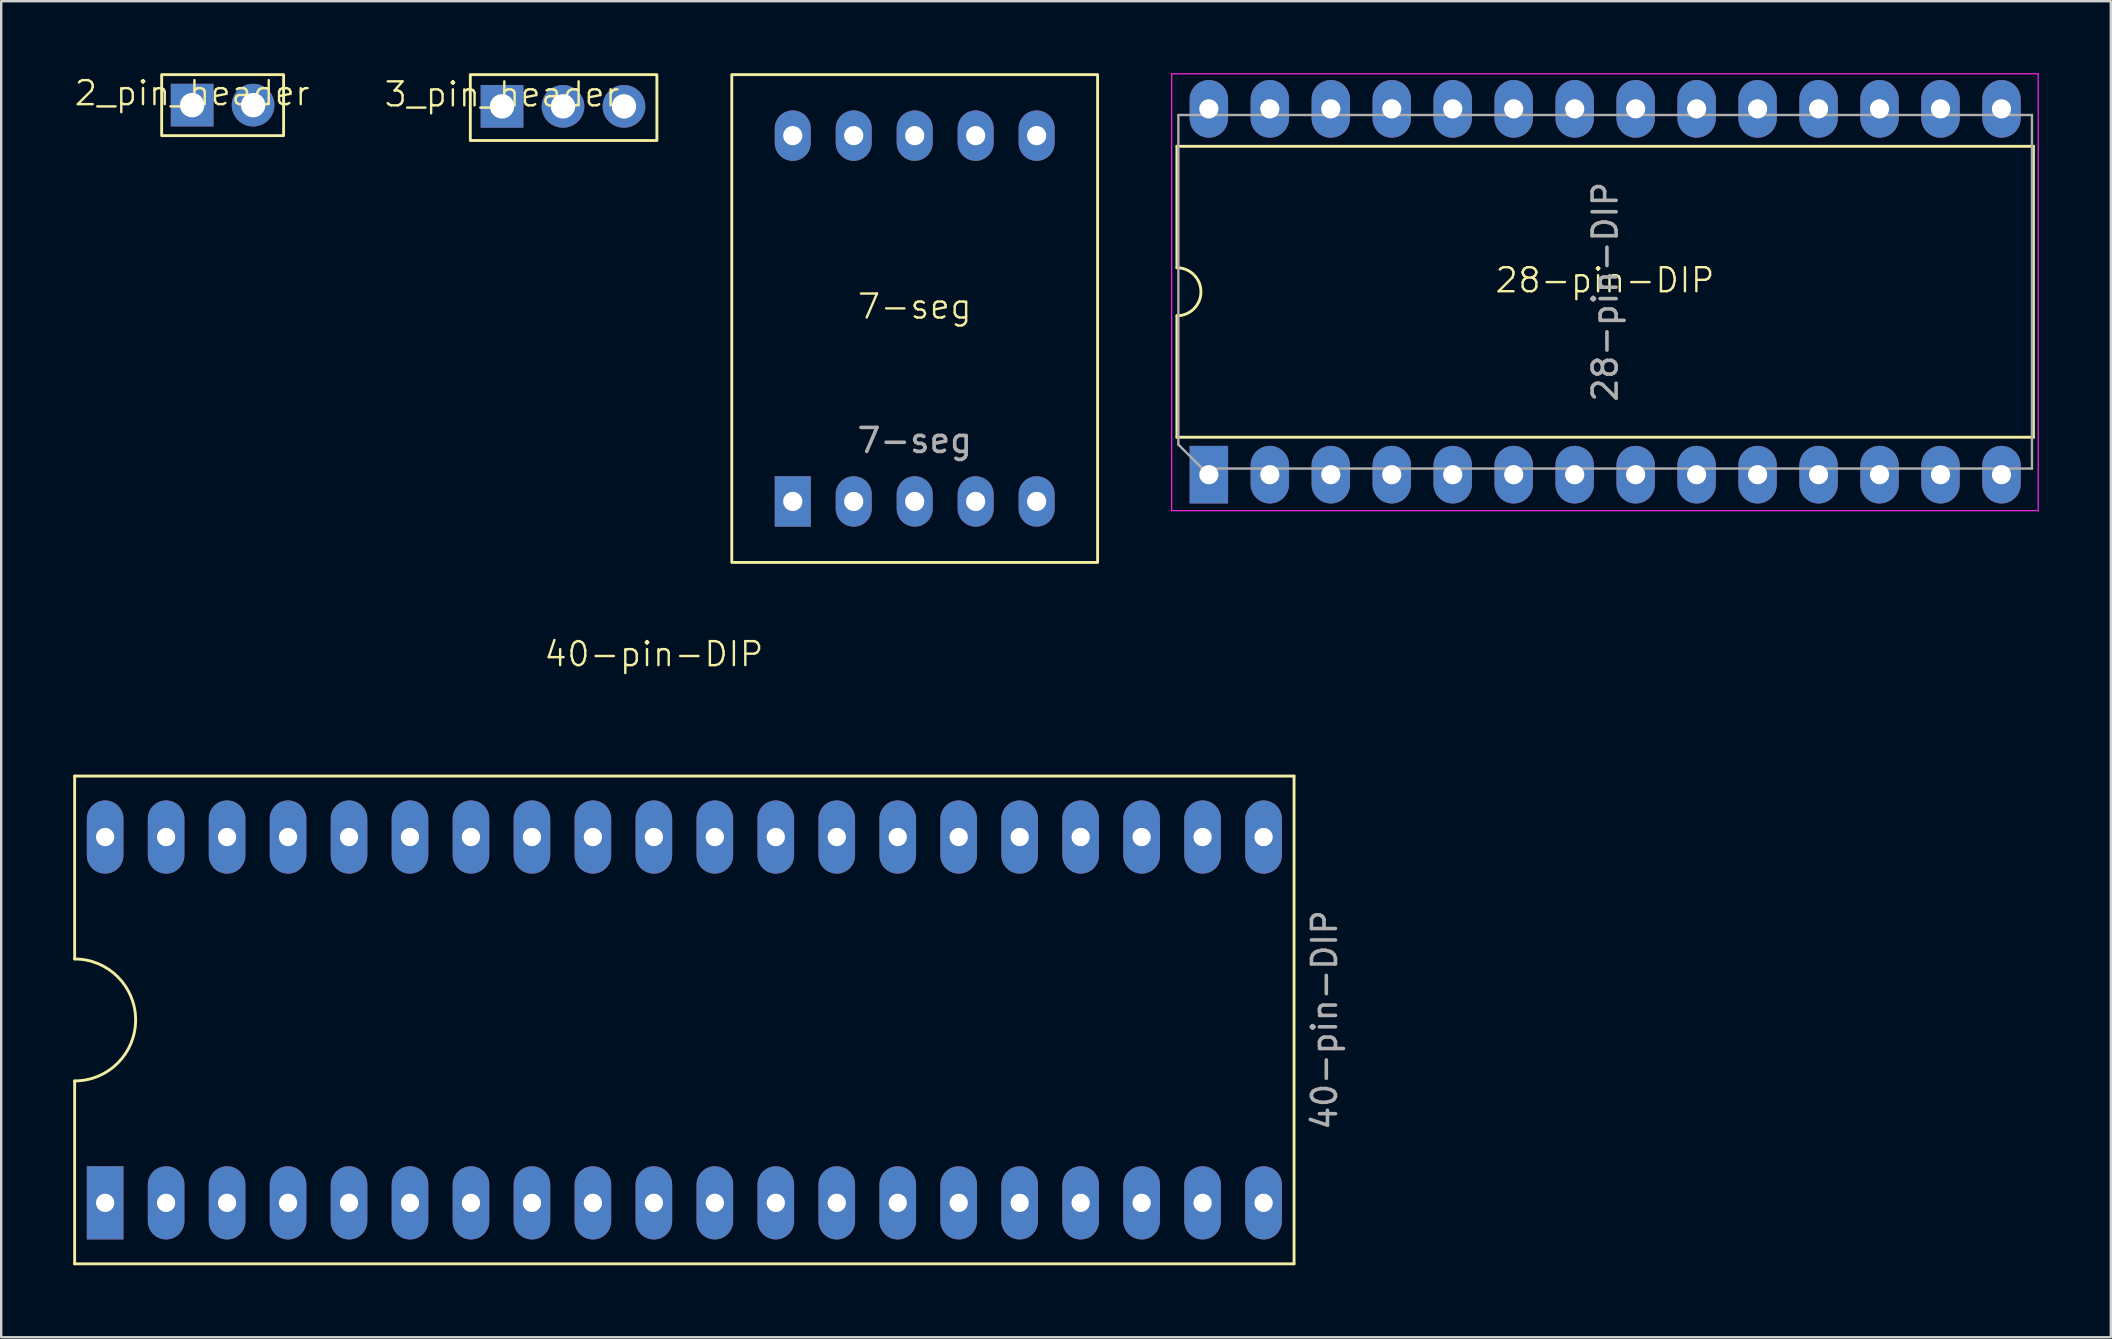
<source format=kicad_pcb>
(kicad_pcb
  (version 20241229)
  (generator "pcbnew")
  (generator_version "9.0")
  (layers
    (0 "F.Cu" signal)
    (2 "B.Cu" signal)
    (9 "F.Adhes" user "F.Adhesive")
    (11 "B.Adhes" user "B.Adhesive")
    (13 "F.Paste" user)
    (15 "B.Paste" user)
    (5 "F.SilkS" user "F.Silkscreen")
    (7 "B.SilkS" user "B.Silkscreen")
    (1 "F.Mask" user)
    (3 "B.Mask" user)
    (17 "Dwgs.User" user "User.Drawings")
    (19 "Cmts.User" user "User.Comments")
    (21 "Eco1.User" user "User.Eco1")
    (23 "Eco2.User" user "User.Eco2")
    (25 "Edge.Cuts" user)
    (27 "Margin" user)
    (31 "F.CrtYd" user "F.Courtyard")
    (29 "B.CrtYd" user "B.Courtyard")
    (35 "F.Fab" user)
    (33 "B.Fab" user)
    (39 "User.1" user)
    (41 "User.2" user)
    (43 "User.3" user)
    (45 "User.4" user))
  (footprint "7-seg"
    (layer "F.Cu")
    (at 35.056 10.22)
    (property "Reference" "7-seg" (at 0 -0.5 0) (unlocked yes) (layer "F.SilkS") (effects (font (size 1 1) (thickness 0.1))))
    (attr through_hole)
    (fp_rect (start -7.62 -10.16) (end 7.62 10.16) (stroke (width 0.12) (type solid)) (fill no) (layer "F.SilkS"))
    (fp_text user "${REFERENCE}" (at 0 5.08 0) (unlocked yes) (layer "F.Fab") (effects (font (size 1 1) (thickness 0.15))))
    (pad "1" thru_hole rect (at -5.08 7.62) (size 1.5 2.1) (drill 0.8) (layers "*.Cu" "*.Mask"))
    (pad "2" thru_hole oval (at -2.54 7.62) (size 1.5 2.1) (drill 0.8) (layers "*.Cu" "*.Mask"))
    (pad "3" thru_hole oval (at 0 7.62) (size 1.5 2.1) (drill 0.8) (layers "*.Cu" "*.Mask"))
    (pad "4" thru_hole oval (at 2.54 7.62) (size 1.5 2.1) (drill 0.8) (layers "*.Cu" "*.Mask"))
    (pad "5" thru_hole oval (at 5.08 7.62) (size 1.5 2.1) (drill 0.8) (layers "*.Cu" "*.Mask"))
    (pad "6" thru_hole oval (at 5.08 -7.62) (size 1.5 2.1) (drill 0.8) (layers "*.Cu" "*.Mask"))
    (pad "7" thru_hole oval (at 2.54 -7.62) (size 1.5 2.1) (drill 0.8) (layers "*.Cu" "*.Mask"))
    (pad "8" thru_hole oval (at 0 -7.62) (size 1.5 2.1) (drill 0.8) (layers "*.Cu" "*.Mask"))
    (pad "9" thru_hole oval (at -2.54 -7.62) (size 1.5 2.1) (drill 0.8) (layers "*.Cu" "*.Mask"))
    (pad "10" thru_hole oval (at -5.08 -7.62) (size 1.5 2.1) (drill 0.8) (layers "*.Cu" "*.Mask")))
  (footprint "3_pin_header"
    (layer "F.Cu")
    (at 17.864 1.381)
    (property "Reference" "3_pin_header" (at 0 -0.5 0) (unlocked yes) (layer "F.SilkS") (effects (font (size 1 1) (thickness 0.1))))
    (attr through_hole)
    (fp_rect (start -1.321 -1.321) (end 6.452 1.422) (stroke (width 0.12) (type solid)) (fill no) (layer "F.SilkS"))
    (pad "1" thru_hole rect (at 0 0) (size 1.778 1.778) (drill 1.016) (layers "*.Cu" "*.Mask"))
    (pad "2" thru_hole circle (at 2.54 0) (size 1.778 1.778) (drill 1.016) (layers "*.Cu" "*.Mask"))
    (pad "3" thru_hole circle (at 5.08 0) (size 1.778 1.778) (drill 1.016) (layers "*.Cu" "*.Mask")))
  (footprint "2_pin_header"
    (layer "F.Cu")
    (at 4.955 1.33)
    (property "Reference" "2_pin_header" (at 0 -0.5 0) (unlocked yes) (layer "F.SilkS") (effects (font (size 1 1) (thickness 0.1))))
    (attr through_hole)
    (fp_rect (start -1.27 -1.27) (end 3.81 1.27) (stroke (width 0.12) (type solid)) (fill no) (layer "F.SilkS"))
    (pad "1" thru_hole rect (at 0 0) (size 1.778 1.778) (drill 1.016) (layers "*.Cu" "*.Mask"))
    (pad "2" thru_hole circle (at 2.54 0) (size 1.778 1.778) (drill 1.016) (layers "*.Cu" "*.Mask")))
  (footprint "28-pin-DIP"
    (layer "F.Cu")
    (at 63.811 9.125)
    (property "Reference" "28-pin-DIP" (at 0 -0.5 0) (unlocked yes) (layer "F.SilkS") (effects (font (size 1 1) (thickness 0.1))))
    (attr through_hole)
    (fp_line (start -17.83 -6.08) (end -17.83 -1.02) (stroke (width 0.12) (type solid)) (layer "F.SilkS"))
    (fp_line (start -17.83 0.98) (end -17.83 6.04) (stroke (width 0.12) (type solid)) (layer "F.SilkS"))
    (fp_line (start -17.83 6.04) (end 17.85 6.04) (stroke (width 0.12) (type solid)) (layer "F.SilkS"))
    (fp_line (start 17.85 -6.08) (end -17.83 -6.08) (stroke (width 0.12) (type solid)) (layer "F.SilkS"))
    (fp_line (start 17.85 6.04) (end 17.85 -6.08) (stroke (width 0.12) (type solid)) (layer "F.SilkS"))
    (fp_arc (start -17.83 -1.02) (mid -16.83 -0.02) (end -17.83 0.98) (stroke (width 0.12) (type solid)) (layer "F.SilkS"))
    (fp_line (start -18.05 -9.1) (end -18.05 9.1) (stroke (width 0.05) (type solid)) (layer "F.CrtYd"))
    (fp_line (start -18.05 9.1) (end 18.05 9.1) (stroke (width 0.05) (type solid)) (layer "F.CrtYd"))
    (fp_line (start 18.05 -9.1) (end -18.05 -9.1) (stroke (width 0.05) (type solid)) (layer "F.CrtYd"))
    (fp_line (start 18.05 9.1) (end 18.05 -9.1) (stroke (width 0.05) (type solid)) (layer "F.CrtYd"))
    (fp_line (start -17.77 -7.385) (end 17.79 -7.385) (stroke (width 0.1) (type solid)) (layer "F.Fab"))
    (fp_line (start -17.77 6.345) (end -17.77 -7.385) (stroke (width 0.1) (type solid)) (layer "F.Fab"))
    (fp_line (start -16.77 7.345) (end -17.77 6.345) (stroke (width 0.1) (type solid)) (layer "F.Fab"))
    (fp_line (start 17.79 -7.385) (end 17.79 7.345) (stroke (width 0.1) (type solid)) (layer "F.Fab"))
    (fp_line (start 17.79 7.345) (end -16.77 7.345) (stroke (width 0.1) (type solid)) (layer "F.Fab"))
    (fp_text user "${REFERENCE}" (at 0.01 -0.02 90) (layer "F.Fab") (effects (font (size 1 1) (thickness 0.15))))
    (pad "1" thru_hole rect (at -16.5 7.6 90) (size 2.4 1.6) (drill 0.8) (layers "*.Cu" "*.Mask"))
    (pad "2" thru_hole oval (at -13.96 7.6 90) (size 2.4 1.6) (drill 0.8) (layers "*.Cu" "*.Mask"))
    (pad "3" thru_hole oval (at -11.42 7.6 90) (size 2.4 1.6) (drill 0.8) (layers "*.Cu" "*.Mask"))
    (pad "4" thru_hole oval (at -8.88 7.6 90) (size 2.4 1.6) (drill 0.8) (layers "*.Cu" "*.Mask"))
    (pad "5" thru_hole oval (at -6.34 7.6 90) (size 2.4 1.6) (drill 0.8) (layers "*.Cu" "*.Mask"))
    (pad "6" thru_hole oval (at -3.8 7.6 90) (size 2.4 1.6) (drill 0.8) (layers "*.Cu" "*.Mask"))
    (pad "7" thru_hole oval (at -1.26 7.6 90) (size 2.4 1.6) (drill 0.8) (layers "*.Cu" "*.Mask"))
    (pad "8" thru_hole oval (at 1.28 7.6 90) (size 2.4 1.6) (drill 0.8) (layers "*.Cu" "*.Mask"))
    (pad "9" thru_hole oval (at 3.82 7.6 90) (size 2.4 1.6) (drill 0.8) (layers "*.Cu" "*.Mask"))
    (pad "10" thru_hole oval (at 6.36 7.6 90) (size 2.4 1.6) (drill 0.8) (layers "*.Cu" "*.Mask"))
    (pad "11" thru_hole oval (at 8.9 7.6 90) (size 2.4 1.6) (drill 0.8) (layers "*.Cu" "*.Mask"))
    (pad "12" thru_hole oval (at 11.44 7.6 90) (size 2.4 1.6) (drill 0.8) (layers "*.Cu" "*.Mask"))
    (pad "13" thru_hole oval (at 13.98 7.6 90) (size 2.4 1.6) (drill 0.8) (layers "*.Cu" "*.Mask"))
    (pad "14" thru_hole oval (at 16.52 7.6 90) (size 2.4 1.6) (drill 0.8) (layers "*.Cu" "*.Mask"))
    (pad "15" thru_hole oval (at 16.52 -7.64 90) (size 2.4 1.6) (drill 0.8) (layers "*.Cu" "*.Mask"))
    (pad "16" thru_hole oval (at 13.98 -7.64 90) (size 2.4 1.6) (drill 0.8) (layers "*.Cu" "*.Mask"))
    (pad "17" thru_hole oval (at 11.44 -7.64 90) (size 2.4 1.6) (drill 0.8) (layers "*.Cu" "*.Mask"))
    (pad "18" thru_hole oval (at 8.9 -7.64 90) (size 2.4 1.6) (drill 0.8) (layers "*.Cu" "*.Mask"))
    (pad "19" thru_hole oval (at 6.36 -7.64 90) (size 2.4 1.6) (drill 0.8) (layers "*.Cu" "*.Mask"))
    (pad "20" thru_hole oval (at 3.82 -7.64 90) (size 2.4 1.6) (drill 0.8) (layers "*.Cu" "*.Mask"))
    (pad "21" thru_hole oval (at 1.28 -7.64 90) (size 2.4 1.6) (drill 0.8) (layers "*.Cu" "*.Mask"))
    (pad "22" thru_hole oval (at -1.26 -7.64 90) (size 2.4 1.6) (drill 0.8) (layers "*.Cu" "*.Mask"))
    (pad "23" thru_hole oval (at -3.8 -7.64 90) (size 2.4 1.6) (drill 0.8) (layers "*.Cu" "*.Mask"))
    (pad "24" thru_hole oval (at -6.34 -7.64 90) (size 2.4 1.6) (drill 0.8) (layers "*.Cu" "*.Mask"))
    (pad "25" thru_hole oval (at -8.88 -7.64 90) (size 2.4 1.6) (drill 0.8) (layers "*.Cu" "*.Mask"))
    (pad "26" thru_hole oval (at -11.42 -7.64 90) (size 2.4 1.6) (drill 0.8) (layers "*.Cu" "*.Mask"))
    (pad "27" thru_hole oval (at -13.96 -7.64 90) (size 2.4 1.6) (drill 0.8) (layers "*.Cu" "*.Mask"))
    (pad "28" thru_hole oval (at -16.5 -7.64 90) (size 2.4 1.6) (drill 0.8) (layers "*.Cu" "*.Mask")))
  (footprint "40-pin-DIP"
    (layer "F.Cu")
    (at 24.19 39.441)
    (property "Reference" "40-pin-DIP" (at 0 -15.24 0) (unlocked yes) (layer "F.SilkS") (effects (font (size 1 1) (thickness 0.1))))
    (attr through_hole)
    (fp_line (start -24.13 -10.16) (end 26.67 -10.16) (stroke (width 0.12) (type solid)) (layer "F.SilkS"))
    (fp_line (start -24.13 -2.54) (end -24.13 -10.16) (stroke (width 0.12) (type solid)) (layer "F.SilkS"))
    (fp_line (start -24.13 10.16) (end -24.13 2.54) (stroke (width 0.12) (type solid)) (layer "F.SilkS"))
    (fp_line (start -24.13 10.16) (end 26.67 10.16) (stroke (width 0.12) (type solid)) (layer "F.SilkS"))
    (fp_line (start 26.67 10.16) (end 26.67 -10.16) (stroke (width 0.12) (type solid)) (layer "F.SilkS"))
    (fp_arc (start -24.13 -2.54) (mid -21.59 0) (end -24.13 2.54) (stroke (width 0.12) (type solid)) (layer "F.SilkS"))
    (fp_text user "${REFERENCE}" (at 27.94 0 90) (unlocked yes) (layer "F.Fab") (effects (font (size 1 1) (thickness 0.15))))
    (pad "1" thru_hole rect (at -22.86 7.62 90) (size 3.048 1.524) (drill 0.762) (layers "*.Cu" "*.Mask"))
    (pad "2" thru_hole oval (at -20.32 7.62 90) (size 3.048 1.524) (drill 0.762) (layers "*.Cu" "*.Mask"))
    (pad "3" thru_hole oval (at -17.78 7.62 90) (size 3.048 1.524) (drill 0.762) (layers "*.Cu" "*.Mask"))
    (pad "4" thru_hole oval (at -15.24 7.62 90) (size 3.048 1.524) (drill 0.762) (layers "*.Cu" "*.Mask"))
    (pad "5" thru_hole oval (at -12.7 7.62 90) (size 3.048 1.524) (drill 0.762) (layers "*.Cu" "*.Mask"))
    (pad "6" thru_hole oval (at -10.16 7.62 90) (size 3.048 1.524) (drill 0.762) (layers "*.Cu" "*.Mask"))
    (pad "7" thru_hole oval (at -7.62 7.62 90) (size 3.048 1.524) (drill 0.762) (layers "*.Cu" "*.Mask"))
    (pad "8" thru_hole oval (at -5.08 7.62 90) (size 3.048 1.524) (drill 0.762) (layers "*.Cu" "*.Mask"))
    (pad "9" thru_hole oval (at -2.54 7.62 90) (size 3.048 1.524) (drill 0.762) (layers "*.Cu" "*.Mask"))
    (pad "10" thru_hole oval (at 0 7.62 90) (size 3.048 1.524) (drill 0.762) (layers "*.Cu" "*.Mask"))
    (pad "11" thru_hole oval (at 2.54 7.62 90) (size 3.048 1.524) (drill 0.762) (layers "*.Cu" "*.Mask"))
    (pad "12" thru_hole oval (at 5.08 7.62 90) (size 3.048 1.524) (drill 0.762) (layers "*.Cu" "*.Mask"))
    (pad "13" thru_hole oval (at 7.62 7.62 90) (size 3.048 1.524) (drill 0.762) (layers "*.Cu" "*.Mask"))
    (pad "14" thru_hole oval (at 10.16 7.62 90) (size 3.048 1.524) (drill 0.762) (layers "*.Cu" "*.Mask"))
    (pad "15" thru_hole oval (at 12.7 7.62 90) (size 3.048 1.524) (drill 0.762) (layers "*.Cu" "*.Mask"))
    (pad "16" thru_hole oval (at 15.24 7.62 90) (size 3.048 1.524) (drill 0.762) (layers "*.Cu" "*.Mask"))
    (pad "17" thru_hole oval (at 17.78 7.62 90) (size 3.048 1.524) (drill 0.762) (layers "*.Cu" "*.Mask"))
    (pad "18" thru_hole oval (at 20.32 7.62 90) (size 3.048 1.524) (drill 0.762) (layers "*.Cu" "*.Mask"))
    (pad "19" thru_hole oval (at 22.86 7.62 90) (size 3.048 1.524) (drill 0.762) (layers "*.Cu" "*.Mask"))
    (pad "20" thru_hole oval (at 25.4 7.62 90) (size 3.048 1.524) (drill 0.762) (layers "*.Cu" "*.Mask"))
    (pad "21" thru_hole oval (at 25.4 -7.62 90) (size 3.048 1.524) (drill 0.762) (layers "*.Cu" "*.Mask"))
    (pad "22" thru_hole oval (at 22.86 -7.62 90) (size 3.048 1.524) (drill 0.762) (layers "*.Cu" "*.Mask"))
    (pad "23" thru_hole oval (at 20.32 -7.62 90) (size 3.048 1.524) (drill 0.762) (layers "*.Cu" "*.Mask"))
    (pad "24" thru_hole oval (at 17.78 -7.62 90) (size 3.048 1.524) (drill 0.762) (layers "*.Cu" "*.Mask"))
    (pad "25" thru_hole oval (at 15.24 -7.62 90) (size 3.048 1.524) (drill 0.762) (layers "*.Cu" "*.Mask"))
    (pad "26" thru_hole oval (at 12.7 -7.62 90) (size 3.048 1.524) (drill 0.762) (layers "*.Cu" "*.Mask"))
    (pad "27" thru_hole oval (at 10.16 -7.62 90) (size 3.048 1.524) (drill 0.762) (layers "*.Cu" "*.Mask"))
    (pad "28" thru_hole oval (at 7.62 -7.62 90) (size 3.048 1.524) (drill 0.762) (layers "*.Cu" "*.Mask"))
    (pad "29" thru_hole oval (at 5.08 -7.62 90) (size 3.048 1.524) (drill 0.762) (layers "*.Cu" "*.Mask"))
    (pad "30" thru_hole oval (at 2.54 -7.62 90) (size 3.048 1.524) (drill 0.762) (layers "*.Cu" "*.Mask"))
    (pad "31" thru_hole oval (at 0 -7.62 90) (size 3.048 1.524) (drill 0.762) (layers "*.Cu" "*.Mask"))
    (pad "32" thru_hole oval (at -2.54 -7.62 90) (size 3.048 1.524) (drill 0.762) (layers "*.Cu" "*.Mask"))
    (pad "33" thru_hole oval (at -5.08 -7.62 90) (size 3.048 1.524) (drill 0.762) (layers "*.Cu" "*.Mask"))
    (pad "34" thru_hole oval (at -7.62 -7.62 90) (size 3.048 1.524) (drill 0.762) (layers "*.Cu" "*.Mask"))
    (pad "35" thru_hole oval (at -10.16 -7.62 90) (size 3.048 1.524) (drill 0.762) (layers "*.Cu" "*.Mask"))
    (pad "36" thru_hole oval (at -12.7 -7.62 90) (size 3.048 1.524) (drill 0.762) (layers "*.Cu" "*.Mask"))
    (pad "37" thru_hole oval (at -15.24 -7.62 90) (size 3.048 1.524) (drill 0.762) (layers "*.Cu" "*.Mask"))
    (pad "38" thru_hole oval (at -17.78 -7.62 90) (size 3.048 1.524) (drill 0.762) (layers "*.Cu" "*.Mask"))
    (pad "39" thru_hole oval (at -20.32 -7.62 90) (size 3.048 1.524) (drill 0.762) (layers "*.Cu" "*.Mask"))
    (pad "40" thru_hole oval (at -22.86 -7.62 90) (size 3.048 1.524) (drill 0.762) (layers "*.Cu" "*.Mask")))
  (gr_rect
    (start -3 -3)
    (end 84.886 52.66)
    (stroke (width 0.1) (type default))
    (fill no)
    (layer "Edge.Cuts")))
</source>
